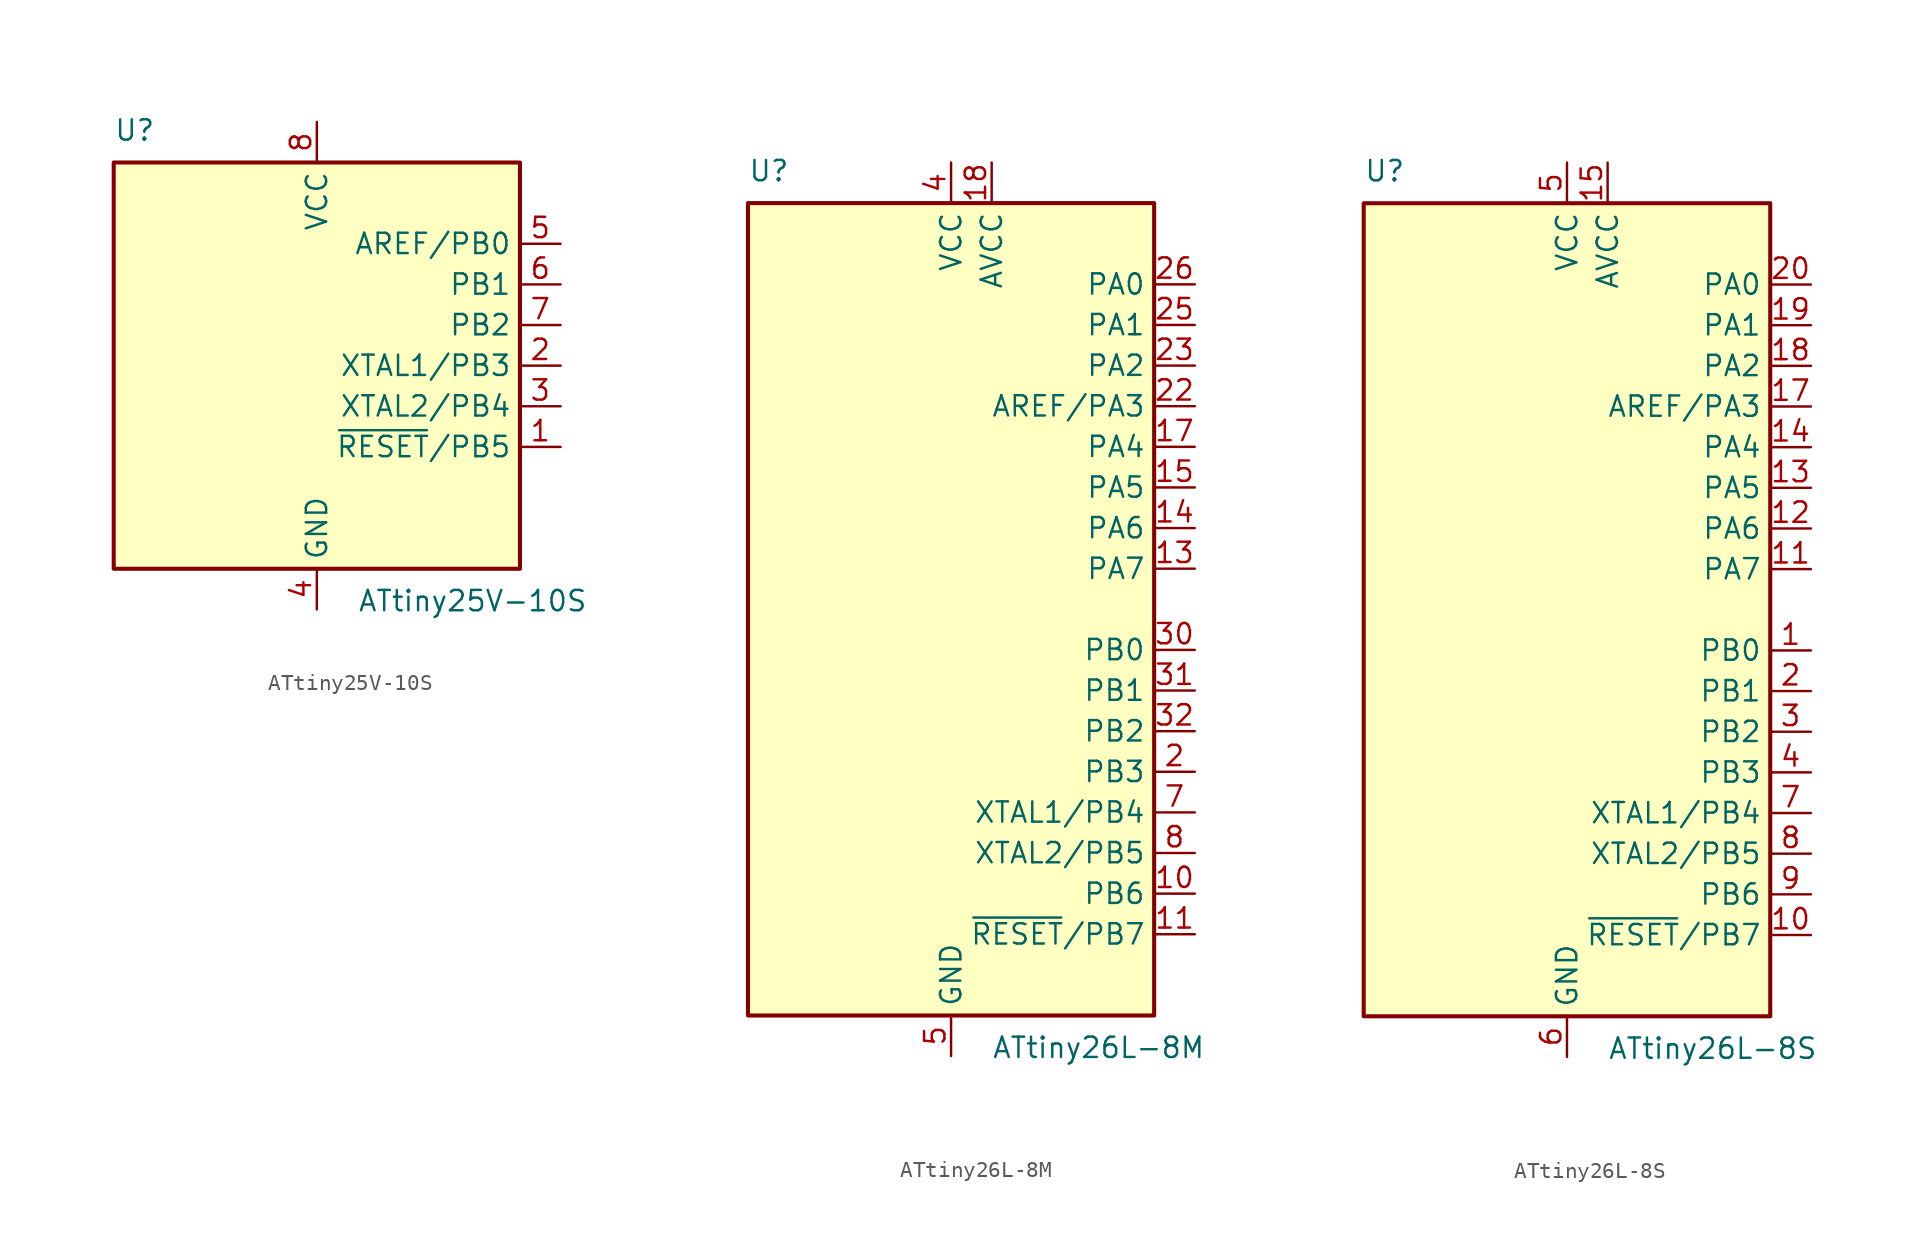
<source format=kicad_sym>
(kicad_symbol_lib
  (version 20211014)
  (generator kicad_symbol_editor)
  (symbol "ATtiny25V-10S"
    (property "Reference" "U"
      (at -12.7 13.97 0)
      (effects (font (size 1.27 1.27)) (justify left bottom)))
    (property "Value" "ATtiny25V-10S"
      (at 2.54 -13.97 0)
      (effects (font (size 1.27 1.27)) (justify left top)))
    (symbol "ATtiny25V-10S_0_1"
      (rectangle (start -12.7 -12.7) (end 12.7 12.7) (stroke (width 0.254) (type default) (color 0 0 0 0)) (fill (type background))))
    (symbol "ATtiny25V-10S_1_1"
      (pin bidirectional line (at 15.24 -5.08 180) (length 2.54) (name "~{RESET}/PB5" (effects (font (size 1.27 1.27)))) (number "1" (effects (font (size 1.27 1.27)))))
      (pin bidirectional line (at 15.24 0 180) (length 2.54) (name "XTAL1/PB3" (effects (font (size 1.27 1.27)))) (number "2" (effects (font (size 1.27 1.27)))))
      (pin bidirectional line (at 15.24 -2.54 180) (length 2.54) (name "XTAL2/PB4" (effects (font (size 1.27 1.27)))) (number "3" (effects (font (size 1.27 1.27)))))
      (pin power_in line (at 0 -15.24 90) (length 2.54) (name "GND" (effects (font (size 1.27 1.27)))) (number "4" (effects (font (size 1.27 1.27)))))
      (pin bidirectional line (at 15.24 7.62 180) (length 2.54) (name "AREF/PB0" (effects (font (size 1.27 1.27)))) (number "5" (effects (font (size 1.27 1.27)))))
      (pin bidirectional line (at 15.24 5.08 180) (length 2.54) (name "PB1" (effects (font (size 1.27 1.27)))) (number "6" (effects (font (size 1.27 1.27)))))
      (pin bidirectional line (at 15.24 2.54 180) (length 2.54) (name "PB2" (effects (font (size 1.27 1.27)))) (number "7" (effects (font (size 1.27 1.27)))))
      (pin power_in line (at 0 15.24 270) (length 2.54) (name "VCC" (effects (font (size 1.27 1.27)))) (number "8" (effects (font (size 1.27 1.27)))))))
  (symbol "ATtiny26L-8M"
    (property "Reference" "U"
      (at -12.7 26.67 0)
      (effects (font (size 1.27 1.27)) (justify left bottom)))
    (property "Value" "ATtiny26L-8M"
      (at 2.54 -26.67 0)
      (effects (font (size 1.27 1.27)) (justify left top)))
    (symbol "ATtiny26L-8M_0_1"
      (rectangle (start -12.7 -25.4) (end 12.7 25.4) (stroke (width 0.254) (type default) (color 0 0 0 0)) (fill (type background))))
    (symbol "ATtiny26L-8M_1_1"
      (pin no_connect line (at -12.7 5.08 0) (length 2.54) hide (name "NC" (effects (font (size 1.27 1.27)))) (number "1" (effects (font (size 1.27 1.27)))))
      (pin bidirectional line (at 15.24 -17.78 180) (length 2.54) (name "PB6" (effects (font (size 1.27 1.27)))) (number "10" (effects (font (size 1.27 1.27)))))
      (pin bidirectional line (at 15.24 -20.32 180) (length 2.54) (name "~{RESET}/PB7" (effects (font (size 1.27 1.27)))) (number "11" (effects (font (size 1.27 1.27)))))
      (pin no_connect line (at -12.7 -5.08 0) (length 2.54) hide (name "NC" (effects (font (size 1.27 1.27)))) (number "12" (effects (font (size 1.27 1.27)))))
      (pin bidirectional line (at 15.24 2.54 180) (length 2.54) (name "PA7" (effects (font (size 1.27 1.27)))) (number "13" (effects (font (size 1.27 1.27)))))
      (pin bidirectional line (at 15.24 5.08 180) (length 2.54) (name "PA6" (effects (font (size 1.27 1.27)))) (number "14" (effects (font (size 1.27 1.27)))))
      (pin bidirectional line (at 15.24 7.62 180) (length 2.54) (name "PA5" (effects (font (size 1.27 1.27)))) (number "15" (effects (font (size 1.27 1.27)))))
      (pin no_connect line (at -12.7 -7.62 0) (length 2.54) hide (name "NC" (effects (font (size 1.27 1.27)))) (number "16" (effects (font (size 1.27 1.27)))))
      (pin bidirectional line (at 15.24 10.16 180) (length 2.54) (name "PA4" (effects (font (size 1.27 1.27)))) (number "17" (effects (font (size 1.27 1.27)))))
      (pin power_in line (at 2.54 27.94 270) (length 2.54) (name "AVCC" (effects (font (size 1.27 1.27)))) (number "18" (effects (font (size 1.27 1.27)))))
      (pin no_connect line (at -12.7 -10.16 0) (length 2.54) hide (name "NC" (effects (font (size 1.27 1.27)))) (number "19" (effects (font (size 1.27 1.27)))))
      (pin bidirectional line (at 15.24 -10.16 180) (length 2.54) (name "PB3" (effects (font (size 1.27 1.27)))) (number "2" (effects (font (size 1.27 1.27)))))
      (pin no_connect line (at -12.7 -12.7 0) (length 2.54) hide (name "NC" (effects (font (size 1.27 1.27)))) (number "20" (effects (font (size 1.27 1.27)))))
      (pin passive line (at 0 -27.94 90) (length 2.54) hide (name "GND" (effects (font (size 1.27 1.27)))) (number "21" (effects (font (size 1.27 1.27)))))
      (pin bidirectional line (at 15.24 12.7 180) (length 2.54) (name "AREF/PA3" (effects (font (size 1.27 1.27)))) (number "22" (effects (font (size 1.27 1.27)))))
      (pin bidirectional line (at 15.24 15.24 180) (length 2.54) (name "PA2" (effects (font (size 1.27 1.27)))) (number "23" (effects (font (size 1.27 1.27)))))
      (pin no_connect line (at -12.7 -15.24 0) (length 2.54) hide (name "NC" (effects (font (size 1.27 1.27)))) (number "24" (effects (font (size 1.27 1.27)))))
      (pin bidirectional line (at 15.24 17.78 180) (length 2.54) (name "PA1" (effects (font (size 1.27 1.27)))) (number "25" (effects (font (size 1.27 1.27)))))
      (pin bidirectional line (at 15.24 20.32 180) (length 2.54) (name "PA0" (effects (font (size 1.27 1.27)))) (number "26" (effects (font (size 1.27 1.27)))))
      (pin no_connect line (at -12.7 -17.78 0) (length 2.54) hide (name "NC" (effects (font (size 1.27 1.27)))) (number "27" (effects (font (size 1.27 1.27)))))
      (pin no_connect line (at -12.7 -20.32 0) (length 2.54) hide (name "NC" (effects (font (size 1.27 1.27)))) (number "28" (effects (font (size 1.27 1.27)))))
      (pin no_connect line (at -12.7 -22.86 0) (length 2.54) hide (name "NC" (effects (font (size 1.27 1.27)))) (number "29" (effects (font (size 1.27 1.27)))))
      (pin no_connect line (at -12.7 2.54 0) (length 2.54) hide (name "NC" (effects (font (size 1.27 1.27)))) (number "3" (effects (font (size 1.27 1.27)))))
      (pin bidirectional line (at 15.24 -2.54 180) (length 2.54) (name "PB0" (effects (font (size 1.27 1.27)))) (number "30" (effects (font (size 1.27 1.27)))))
      (pin bidirectional line (at 15.24 -5.08 180) (length 2.54) (name "PB1" (effects (font (size 1.27 1.27)))) (number "31" (effects (font (size 1.27 1.27)))))
      (pin bidirectional line (at 15.24 -7.62 180) (length 2.54) (name "PB2" (effects (font (size 1.27 1.27)))) (number "32" (effects (font (size 1.27 1.27)))))
      (pin passive line (at 0 -27.94 90) (length 2.54) hide (name "GND" (effects (font (size 1.27 1.27)))) (number "33" (effects (font (size 1.27 1.27)))))
      (pin power_in line (at 0 27.94 270) (length 2.54) (name "VCC" (effects (font (size 1.27 1.27)))) (number "4" (effects (font (size 1.27 1.27)))))
      (pin power_in line (at 0 -27.94 90) (length 2.54) (name "GND" (effects (font (size 1.27 1.27)))) (number "5" (effects (font (size 1.27 1.27)))))
      (pin no_connect line (at -12.7 0 0) (length 2.54) hide (name "NC" (effects (font (size 1.27 1.27)))) (number "6" (effects (font (size 1.27 1.27)))))
      (pin bidirectional line (at 15.24 -12.7 180) (length 2.54) (name "XTAL1/PB4" (effects (font (size 1.27 1.27)))) (number "7" (effects (font (size 1.27 1.27)))))
      (pin bidirectional line (at 15.24 -15.24 180) (length 2.54) (name "XTAL2/PB5" (effects (font (size 1.27 1.27)))) (number "8" (effects (font (size 1.27 1.27)))))
      (pin no_connect line (at -12.7 -2.54 0) (length 2.54) hide (name "NC" (effects (font (size 1.27 1.27)))) (number "9" (effects (font (size 1.27 1.27)))))))
  (symbol "ATtiny26L-8S"
    (property "Reference" "U"
      (at -12.7 26.67 0)
      (effects (font (size 1.27 1.27)) (justify left bottom)))
    (property "Value" "ATtiny26L-8S"
      (at 2.54 -26.67 0)
      (effects (font (size 1.27 1.27)) (justify left top)))
    (symbol "ATtiny26L-8S_0_1"
      (rectangle (start -12.7 -25.4) (end 12.7 25.4) (stroke (width 0.254) (type default) (color 0 0 0 0)) (fill (type background))))
    (symbol "ATtiny26L-8S_1_1"
      (pin bidirectional line (at 15.24 -2.54 180) (length 2.54) (name "PB0" (effects (font (size 1.27 1.27)))) (number "1" (effects (font (size 1.27 1.27)))))
      (pin bidirectional line (at 15.24 -20.32 180) (length 2.54) (name "~{RESET}/PB7" (effects (font (size 1.27 1.27)))) (number "10" (effects (font (size 1.27 1.27)))))
      (pin bidirectional line (at 15.24 2.54 180) (length 2.54) (name "PA7" (effects (font (size 1.27 1.27)))) (number "11" (effects (font (size 1.27 1.27)))))
      (pin bidirectional line (at 15.24 5.08 180) (length 2.54) (name "PA6" (effects (font (size 1.27 1.27)))) (number "12" (effects (font (size 1.27 1.27)))))
      (pin bidirectional line (at 15.24 7.62 180) (length 2.54) (name "PA5" (effects (font (size 1.27 1.27)))) (number "13" (effects (font (size 1.27 1.27)))))
      (pin bidirectional line (at 15.24 10.16 180) (length 2.54) (name "PA4" (effects (font (size 1.27 1.27)))) (number "14" (effects (font (size 1.27 1.27)))))
      (pin power_in line (at 2.54 27.94 270) (length 2.54) (name "AVCC" (effects (font (size 1.27 1.27)))) (number "15" (effects (font (size 1.27 1.27)))))
      (pin passive line (at 0 -27.94 90) (length 2.54) hide (name "GND" (effects (font (size 1.27 1.27)))) (number "16" (effects (font (size 1.27 1.27)))))
      (pin bidirectional line (at 15.24 12.7 180) (length 2.54) (name "AREF/PA3" (effects (font (size 1.27 1.27)))) (number "17" (effects (font (size 1.27 1.27)))))
      (pin bidirectional line (at 15.24 15.24 180) (length 2.54) (name "PA2" (effects (font (size 1.27 1.27)))) (number "18" (effects (font (size 1.27 1.27)))))
      (pin bidirectional line (at 15.24 17.78 180) (length 2.54) (name "PA1" (effects (font (size 1.27 1.27)))) (number "19" (effects (font (size 1.27 1.27)))))
      (pin bidirectional line (at 15.24 -5.08 180) (length 2.54) (name "PB1" (effects (font (size 1.27 1.27)))) (number "2" (effects (font (size 1.27 1.27)))))
      (pin bidirectional line (at 15.24 20.32 180) (length 2.54) (name "PA0" (effects (font (size 1.27 1.27)))) (number "20" (effects (font (size 1.27 1.27)))))
      (pin bidirectional line (at 15.24 -7.62 180) (length 2.54) (name "PB2" (effects (font (size 1.27 1.27)))) (number "3" (effects (font (size 1.27 1.27)))))
      (pin bidirectional line (at 15.24 -10.16 180) (length 2.54) (name "PB3" (effects (font (size 1.27 1.27)))) (number "4" (effects (font (size 1.27 1.27)))))
      (pin power_in line (at 0 27.94 270) (length 2.54) (name "VCC" (effects (font (size 1.27 1.27)))) (number "5" (effects (font (size 1.27 1.27)))))
      (pin power_in line (at 0 -27.94 90) (length 2.54) (name "GND" (effects (font (size 1.27 1.27)))) (number "6" (effects (font (size 1.27 1.27)))))
      (pin bidirectional line (at 15.24 -12.7 180) (length 2.54) (name "XTAL1/PB4" (effects (font (size 1.27 1.27)))) (number "7" (effects (font (size 1.27 1.27)))))
      (pin bidirectional line (at 15.24 -15.24 180) (length 2.54) (name "XTAL2/PB5" (effects (font (size 1.27 1.27)))) (number "8" (effects (font (size 1.27 1.27)))))
      (pin bidirectional line (at 15.24 -17.78 180) (length 2.54) (name "PB6" (effects (font (size 1.27 1.27)))) (number "9" (effects (font (size 1.27 1.27))))))))
</source>
